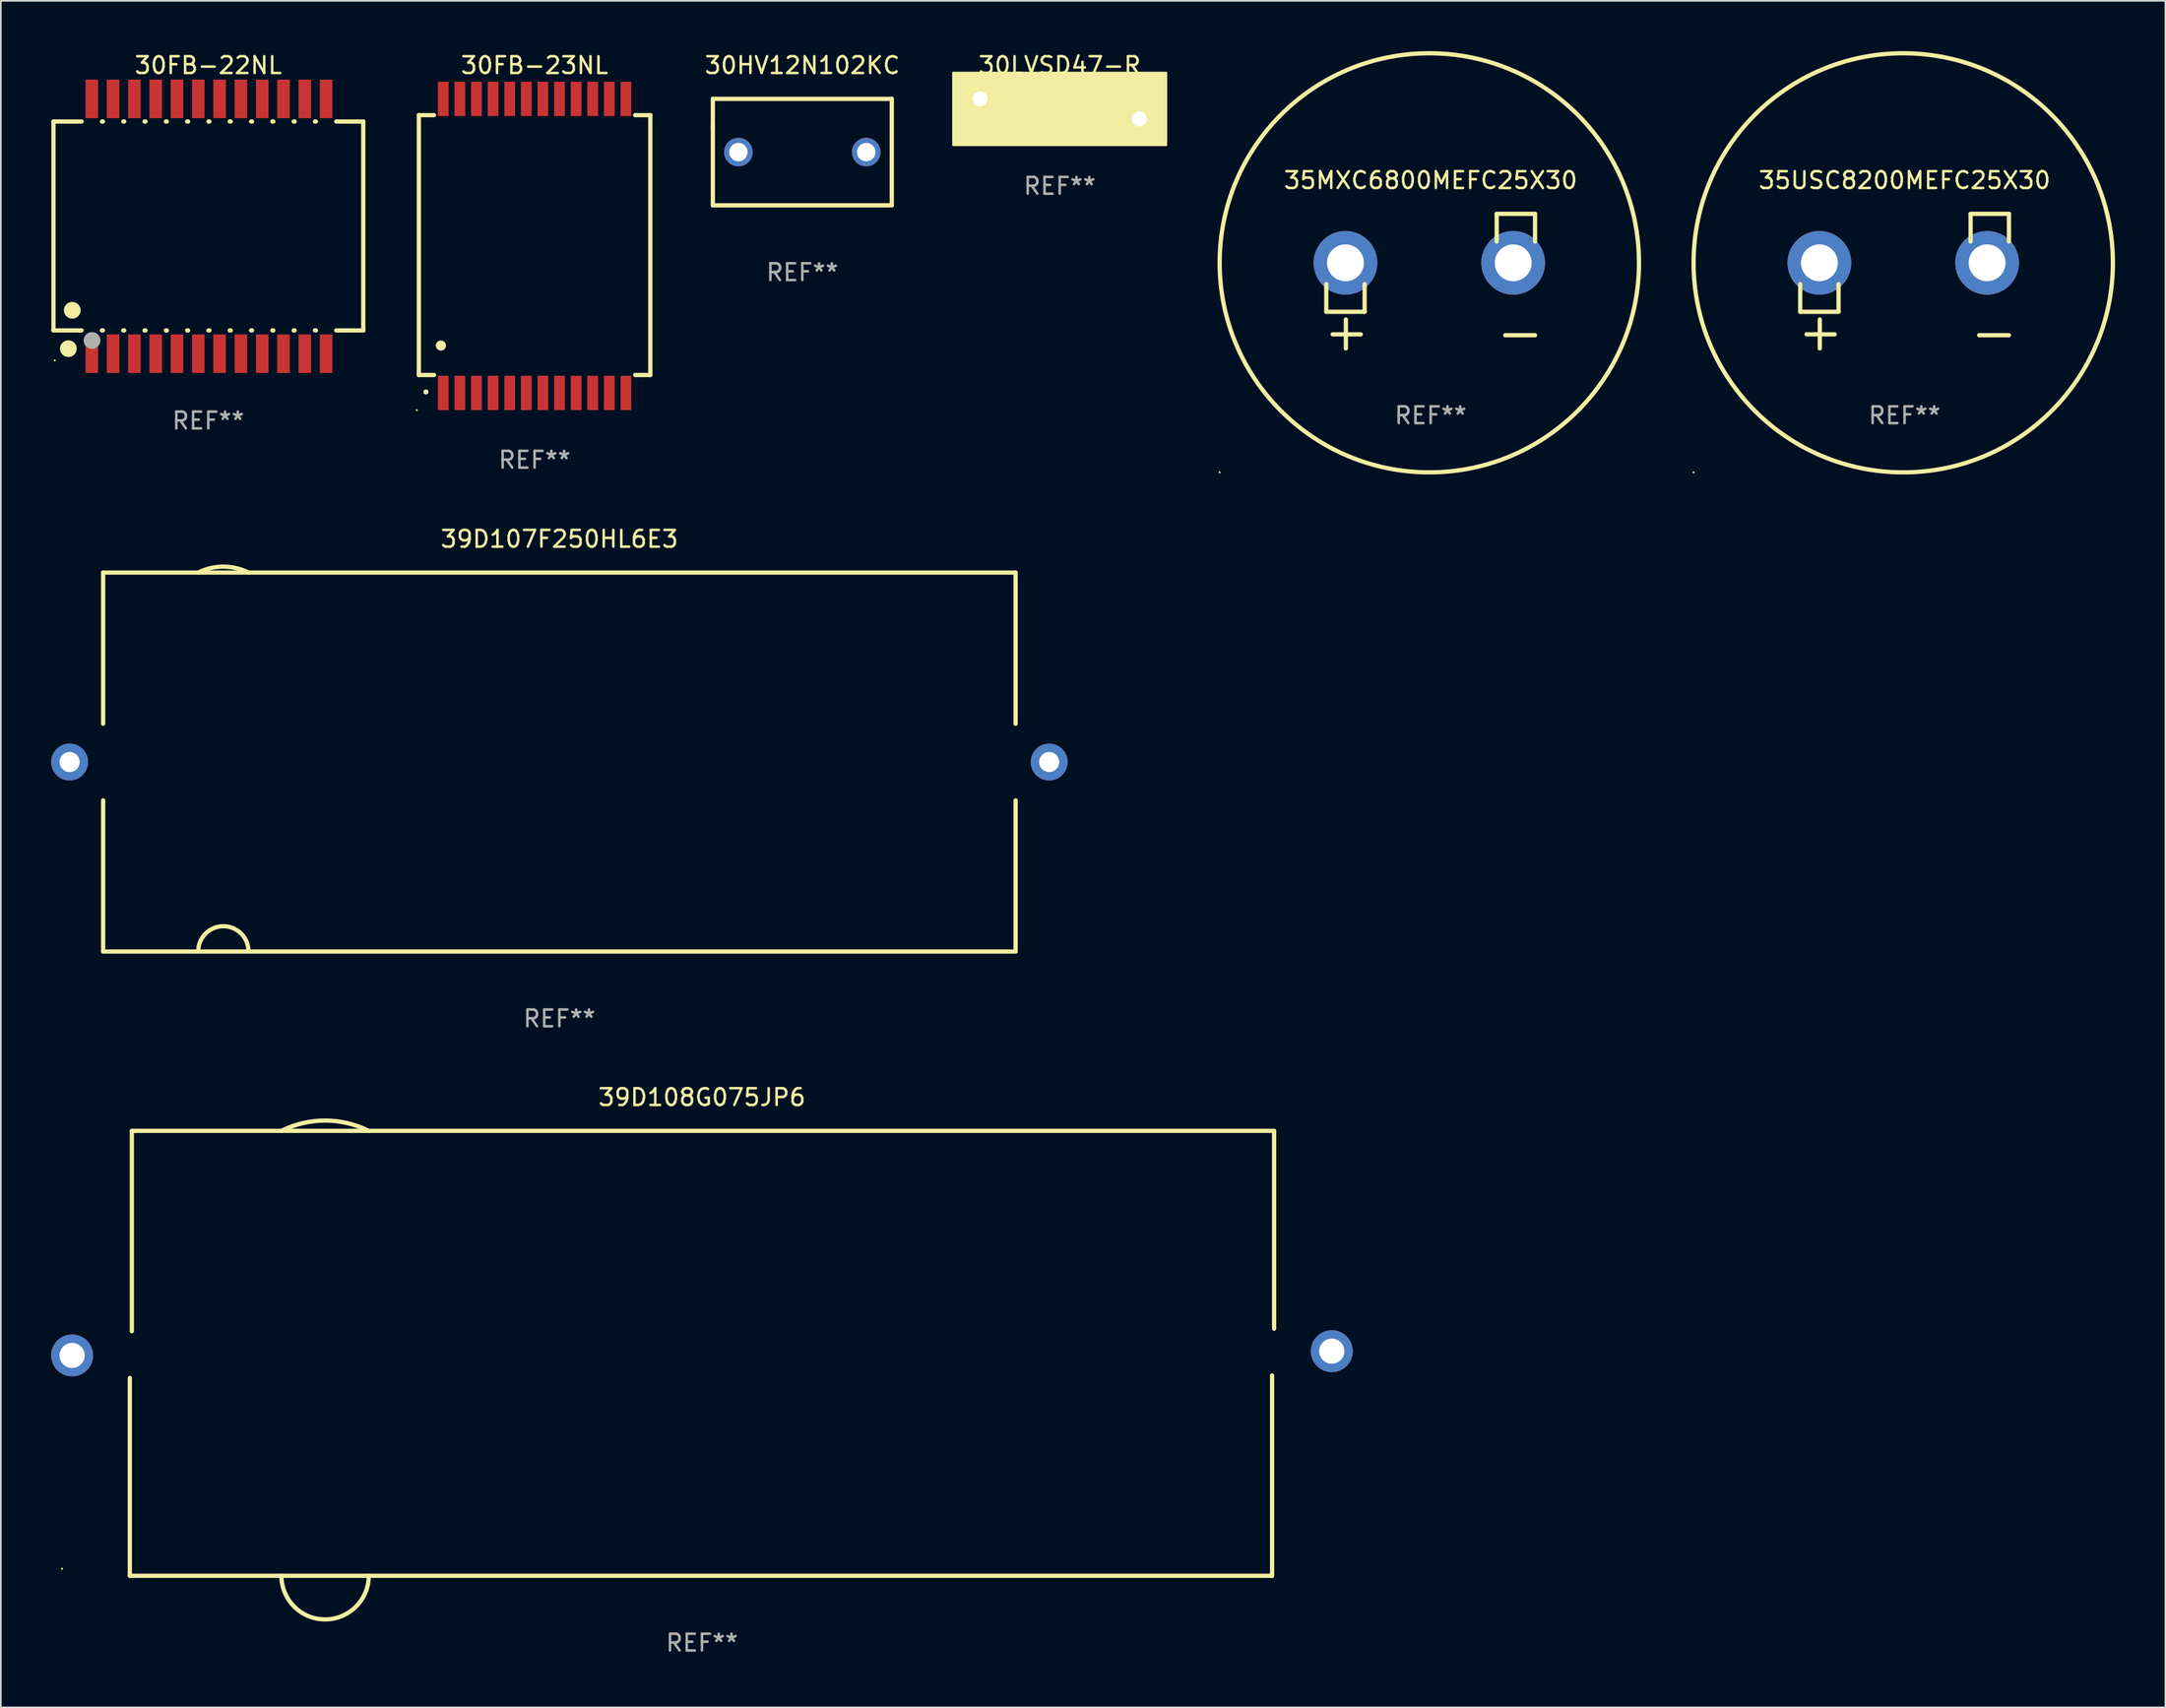
<source format=kicad_pcb>
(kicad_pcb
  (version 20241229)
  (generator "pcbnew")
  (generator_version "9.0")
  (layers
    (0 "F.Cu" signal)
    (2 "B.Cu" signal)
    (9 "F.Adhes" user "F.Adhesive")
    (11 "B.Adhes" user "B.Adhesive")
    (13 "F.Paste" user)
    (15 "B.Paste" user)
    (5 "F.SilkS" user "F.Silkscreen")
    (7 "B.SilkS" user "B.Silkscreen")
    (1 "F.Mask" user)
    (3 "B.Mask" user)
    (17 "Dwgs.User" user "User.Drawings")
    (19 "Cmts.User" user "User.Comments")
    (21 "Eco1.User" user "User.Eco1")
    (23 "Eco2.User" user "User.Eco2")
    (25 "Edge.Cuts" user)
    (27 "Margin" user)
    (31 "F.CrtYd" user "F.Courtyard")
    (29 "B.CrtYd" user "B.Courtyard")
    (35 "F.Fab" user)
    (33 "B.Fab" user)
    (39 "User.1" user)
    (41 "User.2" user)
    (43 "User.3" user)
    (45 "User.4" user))
  (footprint "30LVSD47-R"
    (layer "F.Cu")
    (at 60.127 3.448)
    (property "Reference" "30LVSD47-R" (at 0 -2.6 0) (layer "F.SilkS") (effects (font (size 1 1) (thickness 0.15))))
    (attr through_hole)
    (fp_circle (center -6.2 -2) (end -6.17 -2) (stroke (width 0.06) (type solid)) (fill no) (layer "F.SilkS"))
    (fp_poly (pts (xy -6.35 -2.159) (xy 6.35 -2.159) (xy 6.35 2.159) (xy -6.35 2.159)) (stroke (width 0.12) (type solid)) (fill yes) (layer "F.SilkS"))
    (fp_text user "REF**" (at 0 4.6 0) (layer "F.Fab") (effects (font (size 1 1) (thickness 0.15))))
    (pad "1" thru_hole circle (at -4.75 -0.6) (size 1.524 1.524) (drill 0.9) (layers "*.Cu" "*.Mask"))
    (pad "2" thru_hole circle (at 4.75 0.6) (size 1.524 1.524) (drill 0.9) (layers "*.Cu" "*.Mask")))
  (footprint "39D108G075JP6"
    (layer "F.Cu")
    (at 38.8 77.675)
    (property "Reference" "39D108G075JP6" (at 0 -15.27 0) (layer "F.SilkS") (effects (font (size 1 1) (thickness 0.15))))
    (attr through_hole)
    (fp_line (start -34.11 13.27) (end -34.11 1.47) (stroke (width 0.254) (type solid)) (layer "F.SilkS"))
    (fp_line (start -33.99 -13.27) (end 34.11 -13.27) (stroke (width 0.254) (type solid)) (layer "F.SilkS"))
    (fp_line (start -33.99 -1.32) (end -33.99 -13.27) (stroke (width 0.254) (type solid)) (layer "F.SilkS"))
    (fp_line (start 33.99 1.32) (end 33.99 13.27) (stroke (width 0.254) (type solid)) (layer "F.SilkS"))
    (fp_line (start 33.99 13.27) (end -34.11 13.27) (stroke (width 0.254) (type solid)) (layer "F.SilkS"))
    (fp_line (start 34.11 -13.27) (end 34.11 -1.47) (stroke (width 0.254) (type solid)) (layer "F.SilkS"))
    (fp_arc (start -25.071654 -13.270015) (mid -22.468397 -13.883862) (end -19.86538 -13.268999) (stroke (width 0.254001) (type solid)) (layer "F.SilkS"))
    (fp_arc (start -19.865354 13.269964) (mid -22.468999 15.872098) (end -25.071628 13.268949) (stroke (width 0.254001) (type solid)) (layer "F.SilkS"))
    (fp_circle (center -38.15 12.85) (end -38.12 12.85) (stroke (width 0.06) (type solid)) (fill no) (layer "F.SilkS"))
    (fp_text user "+" (at -23.52 0.98 0) (layer "B.Mask") (effects (font (size 1 1) (thickness 0.15))))
    (fp_text user "+" (at -23.52 -4.31 0) (layer "B.Mask") (effects (font (size 1 1) (thickness 0.15))))
    (fp_text user "+" (at -23.52 6.22 0) (layer "B.Mask") (effects (font (size 1 1) (thickness 0.15))))
    (fp_text user "REF**" (at 0 17.27 0) (layer "F.Fab") (effects (font (size 1 1) (thickness 0.15))))
    (pad "1" thru_hole circle (at -37.55 0.127) (size 2.5 2.5) (drill 1.5) (layers "*.Cu" "*.Mask"))
    (pad "2" thru_hole circle (at 37.55 -0.127) (size 2.5 2.5) (drill 1.5) (layers "*.Cu" "*.Mask")))
  (footprint "30FB-22NL"
    (layer "F.Cu")
    (at 9.367 10.448)
    (property "Reference" "30FB-22NL" (at 0 -9.6 0) (layer "F.SilkS") (effects (font (size 1 1) (thickness 0.15))))
    (attr through_hole)
    (fp_line (start -9.23 -6.25) (end -7.551 -6.25) (stroke (width 0.254) (type solid)) (layer "F.SilkS"))
    (fp_line (start -9.23 6.16) (end -9.23 -6.25) (stroke (width 0.254) (type solid)) (layer "F.SilkS"))
    (fp_line (start -7.551 6.21) (end -9.24 6.21) (stroke (width 0.254) (type solid)) (layer "F.SilkS"))
    (fp_line (start -6.339 -6.25) (end -6.281 -6.25) (stroke (width 0.254) (type solid)) (layer "F.SilkS"))
    (fp_line (start -6.281 6.21) (end -6.339 6.21) (stroke (width 0.254) (type solid)) (layer "F.SilkS"))
    (fp_line (start -5.069 -6.25) (end -5.011 -6.25) (stroke (width 0.254) (type solid)) (layer "F.SilkS"))
    (fp_line (start -5.011 6.21) (end -5.069 6.21) (stroke (width 0.254) (type solid)) (layer "F.SilkS"))
    (fp_line (start -3.799 -6.25) (end -3.741 -6.25) (stroke (width 0.254) (type solid)) (layer "F.SilkS"))
    (fp_line (start -3.741 6.21) (end -3.799 6.21) (stroke (width 0.254) (type solid)) (layer "F.SilkS"))
    (fp_line (start -2.529 -6.25) (end -2.471 -6.25) (stroke (width 0.254) (type solid)) (layer "F.SilkS"))
    (fp_line (start -2.471 6.21) (end -2.529 6.21) (stroke (width 0.254) (type solid)) (layer "F.SilkS"))
    (fp_line (start -1.259 -6.25) (end -1.201 -6.25) (stroke (width 0.254) (type solid)) (layer "F.SilkS"))
    (fp_line (start -1.201 6.21) (end -1.259 6.21) (stroke (width 0.254) (type solid)) (layer "F.SilkS"))
    (fp_line (start 0.011 -6.25) (end 0.069 -6.25) (stroke (width 0.254) (type solid)) (layer "F.SilkS"))
    (fp_line (start 0.069 6.21) (end 0.011 6.21) (stroke (width 0.254) (type solid)) (layer "F.SilkS"))
    (fp_line (start 1.281 -6.25) (end 1.34 -6.25) (stroke (width 0.254) (type solid)) (layer "F.SilkS"))
    (fp_line (start 1.339 6.21) (end 1.281 6.21) (stroke (width 0.254) (type solid)) (layer "F.SilkS"))
    (fp_line (start 2.553 -6.25) (end 2.609 -6.25) (stroke (width 0.254) (type solid)) (layer "F.SilkS"))
    (fp_line (start 2.609 6.21) (end 2.551 6.21) (stroke (width 0.254) (type solid)) (layer "F.SilkS"))
    (fp_line (start 3.821 -6.25) (end 3.879 -6.25) (stroke (width 0.254) (type solid)) (layer "F.SilkS"))
    (fp_line (start 3.879 6.21) (end 3.821 6.21) (stroke (width 0.254) (type solid)) (layer "F.SilkS"))
    (fp_line (start 5.091 -6.25) (end 5.149 -6.25) (stroke (width 0.254) (type solid)) (layer "F.SilkS"))
    (fp_line (start 5.149 6.21) (end 5.091 6.21) (stroke (width 0.254) (type solid)) (layer "F.SilkS"))
    (fp_line (start 6.361 -6.25) (end 6.419 -6.25) (stroke (width 0.254) (type solid)) (layer "F.SilkS"))
    (fp_line (start 6.419 6.21) (end 6.361 6.21) (stroke (width 0.254) (type solid)) (layer "F.SilkS"))
    (fp_line (start 7.631 -6.25) (end 9.24 -6.25) (stroke (width 0.254) (type solid)) (layer "F.SilkS"))
    (fp_line (start 9.24 -6.25) (end 9.24 6.21) (stroke (width 0.254) (type solid)) (layer "F.SilkS"))
    (fp_line (start 9.24 6.21) (end 7.631 6.21) (stroke (width 0.254) (type solid)) (layer "F.SilkS"))
    (fp_circle (center -9.15 8) (end -9.12 8) (stroke (width 0.06) (type solid)) (fill no) (layer "F.SilkS"))
    (fp_circle (center -8.34 7.3) (end -8.09 7.3) (stroke (width 0.5) (type solid)) (fill no) (layer "F.SilkS"))
    (fp_circle (center -8.11 5.01) (end -7.86 5.01) (stroke (width 0.5) (type solid)) (fill no) (layer "F.SilkS"))
    (fp_circle (center -6.93 6.81) (end -6.68 6.81) (stroke (width 0.5) (type solid)) (fill no) (layer "F.Fab"))
    (fp_text user "REF**" (at 0 11.6 0) (layer "F.Fab") (effects (font (size 1 1) (thickness 0.15))))
    (pad "1" smd rect (at -6.945 7.6 90) (size 2.3 0.75) (layers "F.Cu" "F.Mask" "F.Paste"))
    (pad "2" smd rect (at -5.675 7.6 270) (size 2.3 0.75) (layers "F.Cu" "F.Mask" "F.Paste"))
    (pad "3" smd rect (at -4.405 7.6 270) (size 2.3 0.75) (layers "F.Cu" "F.Mask" "F.Paste"))
    (pad "4" smd rect (at -3.135 7.6 270) (size 2.3 0.75) (layers "F.Cu" "F.Mask" "F.Paste"))
    (pad "5" smd rect (at -1.865 7.6 270) (size 2.3 0.75) (layers "F.Cu" "F.Mask" "F.Paste"))
    (pad "6" smd rect (at -0.595 7.6 270) (size 2.3 0.75) (layers "F.Cu" "F.Mask" "F.Paste"))
    (pad "7" smd rect (at 0.675 7.6 270) (size 2.3 0.75) (layers "F.Cu" "F.Mask" "F.Paste"))
    (pad "8" smd rect (at 1.945 7.6 270) (size 2.3 0.75) (layers "F.Cu" "F.Mask" "F.Paste"))
    (pad "9" smd rect (at 3.215 7.6 270) (size 2.3 0.75) (layers "F.Cu" "F.Mask" "F.Paste"))
    (pad "10" smd rect (at 4.485 7.6 270) (size 2.3 0.75) (layers "F.Cu" "F.Mask" "F.Paste"))
    (pad "11" smd rect (at 5.755 7.6 270) (size 2.3 0.75) (layers "F.Cu" "F.Mask" "F.Paste"))
    (pad "12" smd rect (at 7.025 7.6 270) (size 2.3 0.75) (layers "F.Cu" "F.Mask" "F.Paste"))
    (pad "13" smd rect (at 7.025 -7.6 270) (size 2.3 0.75) (layers "F.Cu" "F.Mask" "F.Paste"))
    (pad "14" smd rect (at 5.755 -7.6 270) (size 2.3 0.75) (layers "F.Cu" "F.Mask" "F.Paste"))
    (pad "15" smd rect (at 4.485 -7.6 270) (size 2.3 0.75) (layers "F.Cu" "F.Mask" "F.Paste"))
    (pad "16" smd rect (at 3.215 -7.6 270) (size 2.3 0.75) (layers "F.Cu" "F.Mask" "F.Paste"))
    (pad "17" smd rect (at 1.945 -7.6 270) (size 2.3 0.75) (layers "F.Cu" "F.Mask" "F.Paste"))
    (pad "18" smd rect (at 0.675 -7.6 270) (size 2.3 0.75) (layers "F.Cu" "F.Mask" "F.Paste"))
    (pad "19" smd rect (at -0.595 -7.6 270) (size 2.3 0.75) (layers "F.Cu" "F.Mask" "F.Paste"))
    (pad "20" smd rect (at -1.865 -7.6 270) (size 2.3 0.75) (layers "F.Cu" "F.Mask" "F.Paste"))
    (pad "21" smd rect (at -3.135 -7.6 270) (size 2.3 0.75) (layers "F.Cu" "F.Mask" "F.Paste"))
    (pad "22" smd rect (at -4.405 -7.6 270) (size 2.3 0.75) (layers "F.Cu" "F.Mask" "F.Paste"))
    (pad "23" smd rect (at -5.675 -7.6 270) (size 2.3 0.75) (layers "F.Cu" "F.Mask" "F.Paste"))
    (pad "24" smd rect (at -6.945 -7.6 270) (size 2.3 0.75) (layers "F.Cu" "F.Mask" "F.Paste")))
  (footprint "35USC8200MEFC25X30"
    (layer "F.Cu")
    (at 110.498 13.719)
    (property "Reference" "35USC8200MEFC25X30" (at 0 -6.013 0) (layer "F.SilkS") (effects (font (size 1 1) (thickness 0.15))))
    (attr through_hole)
    (fp_line (start -6.223 0.178) (end -6.223 1.829) (stroke (width 0.254) (type solid)) (layer "F.SilkS"))
    (fp_line (start -6.223 1.829) (end -3.937 1.829) (stroke (width 0.254) (type solid)) (layer "F.SilkS"))
    (fp_line (start -5.055 4.013) (end -5.055 2.286) (stroke (width 0.254) (type solid)) (layer "F.SilkS"))
    (fp_line (start -4.166 3.175) (end -5.842 3.175) (stroke (width 0.254) (type solid)) (layer "F.SilkS"))
    (fp_line (start -3.937 1.829) (end -3.937 0.178) (stroke (width 0.254) (type solid)) (layer "F.SilkS"))
    (fp_line (start 3.937 -4.013) (end 3.937 -2.362) (stroke (width 0.254) (type solid)) (layer "F.SilkS"))
    (fp_line (start 6.223 -4.013) (end 3.937 -4.013) (stroke (width 0.254) (type solid)) (layer "F.SilkS"))
    (fp_line (start 6.223 -2.362) (end 6.223 -4.013) (stroke (width 0.254) (type solid)) (layer "F.SilkS"))
    (fp_line (start 6.223 3.226) (end 4.445 3.226) (stroke (width 0.254) (type solid)) (layer "F.SilkS"))
    (fp_circle (center -12.58 11.408) (end -12.55 11.408) (stroke (width 0.06) (type solid)) (fill no) (layer "F.SilkS"))
    (fp_circle (center -0.08 -1.092) (end 12.42 -1.092) (stroke (width 0.254) (type solid)) (fill no) (layer "F.SilkS"))
    (fp_text user "REF**" (at 0 8.013 0) (layer "F.Fab") (effects (font (size 1 1) (thickness 0.15))))
    (pad "1" thru_hole circle (at -5.08 -1.092) (size 3.8 3.8) (drill 2.2) (layers "*.Cu" "*.Mask"))
    (pad "2" thru_hole circle (at 4.92 -1.092) (size 3.8 3.8) (drill 2.2) (layers "*.Cu" "*.Mask")))
  (footprint "30HV12N102KC"
    (layer "F.Cu")
    (at 44.783 6.023)
    (property "Reference" "30HV12N102KC" (at 0 -5.175 0) (layer "F.SilkS") (effects (font (size 1 1) (thickness 0.15))))
    (attr through_hole)
    (fp_line (start -5.334 -3.175) (end -5.334 -1.397) (stroke (width 0.254) (type solid)) (layer "F.SilkS"))
    (fp_line (start -5.334 -1.651) (end -5.334 3.175) (stroke (width 0.254) (type solid)) (layer "F.SilkS"))
    (fp_line (start -5.334 3.175) (end 5.334 3.175) (stroke (width 0.254) (type solid)) (layer "F.SilkS"))
    (fp_line (start 5.334 -3.175) (end -5.334 -3.175) (stroke (width 0.254) (type solid)) (layer "F.SilkS"))
    (fp_line (start 5.334 3.175) (end 5.334 -3.175) (stroke (width 0.254) (type solid)) (layer "F.SilkS"))
    (fp_circle (center -5.335 3.175) (end -5.305 3.175) (stroke (width 0.06) (type solid)) (fill no) (layer "F.SilkS"))
    (fp_text user "REF**" (at 0 7.175 0) (layer "F.Fab") (effects (font (size 1 1) (thickness 0.15))))
    (pad "1" thru_hole circle (at -3.81 0) (size 1.7 1.7) (drill 1.1) (layers "*.Cu" "*.Mask"))
    (pad "2" thru_hole circle (at 3.81 0) (size 1.7 1.7) (drill 1.1) (layers "*.Cu" "*.Mask")))
  (footprint "30FB-23NL"
    (layer "F.Cu")
    (at 28.821 11.618)
    (property "Reference" "30FB-23NL" (at 0 -10.77 0) (layer "F.SilkS") (effects (font (size 1 1) (thickness 0.15))))
    (attr through_hole)
    (fp_line (start -6.9 -7.8) (end -5.996 -7.8) (stroke (width 0.254) (type solid)) (layer "F.SilkS"))
    (fp_line (start -6.9 7.7) (end -6.9 -7.8) (stroke (width 0.254) (type solid)) (layer "F.SilkS"))
    (fp_line (start -5.992 7.7) (end -6.9 7.7) (stroke (width 0.254) (type solid)) (layer "F.SilkS"))
    (fp_line (start 5.996 -7.8) (end 6.9 -7.8) (stroke (width 0.254) (type solid)) (layer "F.SilkS"))
    (fp_line (start 6.9 -7.8) (end 6.9 7.7) (stroke (width 0.254) (type solid)) (layer "F.SilkS"))
    (fp_line (start 6.9 7.7) (end 5.992 7.7) (stroke (width 0.254) (type solid)) (layer "F.SilkS"))
    (fp_arc (start -6.477013 8.712217) (mid -6.475743 8.712212) (end -6.474473 8.712217) (stroke (width 0.3) (type solid)) (layer "F.SilkS"))
    (fp_arc (start -5.588011 5.943612) (mid -5.585471 5.943601) (end -5.582931 5.943612) (stroke (width 0.6) (type solid)) (layer "F.SilkS"))
    (fp_circle (center -7.027 9.795) (end -6.997 9.795) (stroke (width 0.06) (type solid)) (fill no) (layer "F.SilkS"))
    (fp_text user "REF**" (at 0 12.77 0) (layer "F.Fab") (effects (font (size 1 1) (thickness 0.15))))
    (pad "1" smd rect (at -5.445 8.77 180) (size 0.64 2.05) (layers "F.Cu" "F.Mask" "F.Paste"))
    (pad "2" smd rect (at -4.455 8.77 180) (size 0.64 2.05) (layers "F.Cu" "F.Mask" "F.Paste"))
    (pad "3" smd rect (at -3.465 8.77 180) (size 0.64 2.05) (layers "F.Cu" "F.Mask" "F.Paste"))
    (pad "4" smd rect (at -2.475 8.77 180) (size 0.64 2.05) (layers "F.Cu" "F.Mask" "F.Paste"))
    (pad "5" smd rect (at -1.485 8.77 180) (size 0.64 2.05) (layers "F.Cu" "F.Mask" "F.Paste"))
    (pad "6" smd rect (at -0.495 8.77 180) (size 0.64 2.05) (layers "F.Cu" "F.Mask" "F.Paste"))
    (pad "7" smd rect (at 0.495 8.77 180) (size 0.64 2.05) (layers "F.Cu" "F.Mask" "F.Paste"))
    (pad "8" smd rect (at 1.485 8.77 180) (size 0.64 2.05) (layers "F.Cu" "F.Mask" "F.Paste"))
    (pad "9" smd rect (at 2.475 8.77 180) (size 0.64 2.05) (layers "F.Cu" "F.Mask" "F.Paste"))
    (pad "10" smd rect (at 3.465 8.77 180) (size 0.64 2.05) (layers "F.Cu" "F.Mask" "F.Paste"))
    (pad "11" smd rect (at 4.455 8.77 180) (size 0.64 2.05) (layers "F.Cu" "F.Mask" "F.Paste"))
    (pad "12" smd rect (at 5.445 8.77 180) (size 0.64 2.05) (layers "F.Cu" "F.Mask" "F.Paste"))
    (pad "13" smd rect (at 5.445 -8.77 180) (size 0.64 2.05) (layers "F.Cu" "F.Mask" "F.Paste"))
    (pad "14" smd rect (at 4.455 -8.77 180) (size 0.64 2.05) (layers "F.Cu" "F.Mask" "F.Paste"))
    (pad "15" smd rect (at 3.465 -8.77 180) (size 0.64 2.05) (layers "F.Cu" "F.Mask" "F.Paste"))
    (pad "16" smd rect (at 2.475 -8.77 180) (size 0.64 2.05) (layers "F.Cu" "F.Mask" "F.Paste"))
    (pad "17" smd rect (at 1.485 -8.77 180) (size 0.64 2.05) (layers "F.Cu" "F.Mask" "F.Paste"))
    (pad "18" smd rect (at 0.495 -8.77 180) (size 0.64 2.05) (layers "F.Cu" "F.Mask" "F.Paste"))
    (pad "19" smd rect (at -0.495 -8.77 180) (size 0.64 2.05) (layers "F.Cu" "F.Mask" "F.Paste"))
    (pad "20" smd rect (at -1.485 -8.77 180) (size 0.64 2.05) (layers "F.Cu" "F.Mask" "F.Paste"))
    (pad "21" smd rect (at -2.475 -8.77 180) (size 0.64 2.05) (layers "F.Cu" "F.Mask" "F.Paste"))
    (pad "22" smd rect (at -3.465 -8.77 180) (size 0.64 2.05) (layers "F.Cu" "F.Mask" "F.Paste"))
    (pad "23" smd rect (at -4.455 -8.77 180) (size 0.64 2.05) (layers "F.Cu" "F.Mask" "F.Paste"))
    (pad "24" smd rect (at -5.445 -8.77 180) (size 0.64 2.05) (layers "F.Cu" "F.Mask" "F.Paste")))
  (footprint "35MXC6800MEFC25X30"
    (layer "F.Cu")
    (at 82.244 13.719)
    (property "Reference" "35MXC6800MEFC25X30" (at 0 -6.013 0) (layer "F.SilkS") (effects (font (size 1 1) (thickness 0.15))))
    (attr through_hole)
    (fp_line (start -6.223 0.178) (end -6.223 1.829) (stroke (width 0.254) (type solid)) (layer "F.SilkS"))
    (fp_line (start -6.223 1.829) (end -3.937 1.829) (stroke (width 0.254) (type solid)) (layer "F.SilkS"))
    (fp_line (start -5.055 4.013) (end -5.055 2.286) (stroke (width 0.254) (type solid)) (layer "F.SilkS"))
    (fp_line (start -4.166 3.175) (end -5.842 3.175) (stroke (width 0.254) (type solid)) (layer "F.SilkS"))
    (fp_line (start -3.937 1.829) (end -3.937 0.178) (stroke (width 0.254) (type solid)) (layer "F.SilkS"))
    (fp_line (start 3.937 -4.013) (end 3.937 -2.362) (stroke (width 0.254) (type solid)) (layer "F.SilkS"))
    (fp_line (start 6.223 -4.013) (end 3.937 -4.013) (stroke (width 0.254) (type solid)) (layer "F.SilkS"))
    (fp_line (start 6.223 -2.362) (end 6.223 -4.013) (stroke (width 0.254) (type solid)) (layer "F.SilkS"))
    (fp_line (start 6.223 3.226) (end 4.445 3.226) (stroke (width 0.254) (type solid)) (layer "F.SilkS"))
    (fp_circle (center -12.58 11.408) (end -12.55 11.408) (stroke (width 0.06) (type solid)) (fill no) (layer "F.SilkS"))
    (fp_circle (center -0.08 -1.092) (end 12.42 -1.092) (stroke (width 0.254) (type solid)) (fill no) (layer "F.SilkS"))
    (fp_text user "REF**" (at 0 8.013 0) (layer "F.Fab") (effects (font (size 1 1) (thickness 0.15))))
    (pad "1" thru_hole circle (at -5.08 -1.092) (size 3.8 3.8) (drill 2.2) (layers "*.Cu" "*.Mask"))
    (pad "2" thru_hole circle (at 4.92 -1.092) (size 3.8 3.8) (drill 2.2) (layers "*.Cu" "*.Mask")))
  (footprint "39D107F250HL6E3"
    (layer "F.Cu")
    (at 30.3 42.406)
    (property "Reference" "39D107F250HL6E3" (at 0 -13.303 0) (layer "F.SilkS") (effects (font (size 1 1) (thickness 0.15))))
    (attr through_hole)
    (fp_line (start -27.2 -2.286) (end -27.2 -11.303) (stroke (width 0.254) (type solid)) (layer "F.SilkS"))
    (fp_line (start -27.2 11.303) (end -27.2 2.286) (stroke (width 0.254) (type solid)) (layer "F.SilkS"))
    (fp_line (start -27.2 -11.303) (end 27.2 -11.303) (stroke (width 0.254) (type solid)) (layer "F.SilkS"))
    (fp_line (start 27.2 -11.303) (end 27.2 -2.286) (stroke (width 0.254) (type solid)) (layer "F.SilkS"))
    (fp_line (start 27.2 2.286) (end 27.2 11.303) (stroke (width 0.254) (type solid)) (layer "F.SilkS"))
    (fp_line (start 27.2 11.303) (end -27.2 11.303) (stroke (width 0.254) (type solid)) (layer "F.SilkS"))
    (fp_arc (start -21.531345 11.289255) (mid -20.034099 9.792023) (end -18.536855 11.289256) (stroke (width 0.254001) (type solid)) (layer "F.SilkS"))
    (fp_arc (start -21.531318 -11.303023) (mid -20.034074 -11.656473) (end -18.53683 -11.303023) (stroke (width 0.254001) (type solid)) (layer "F.SilkS"))
    (fp_circle (center -26.3 11.25) (end -26.27 11.25) (stroke (width 0.06) (type solid)) (fill no) (layer "F.SilkS"))
    (fp_text user "+" (at -20.927 -3.683 0) (layer "B.Mask") (effects (font (size 1 1) (thickness 0.15))))
    (fp_text user "+" (at -20.927 5.588 0) (layer "B.Mask") (effects (font (size 1 1) (thickness 0.15))))
    (fp_text user "+" (at -20.927 0.953 0) (layer "B.Mask") (effects (font (size 1 1) (thickness 0.15))))
    (fp_text user "REF**" (at 0 15.303 0) (layer "F.Fab") (effects (font (size 1 1) (thickness 0.15))))
    (pad "1" thru_hole circle (at -29.2 0) (size 2.2 2.2) (drill 1.2) (layers "*.Cu" "*.Mask"))
    (pad "2" thru_hole circle (at 29.2 0) (size 2.2 2.2) (drill 1.2) (layers "*.Cu" "*.Mask")))
  (gr_rect
    (start -3 -3)
    (end 126.046 98.793)
    (stroke (width 0.1) (type default))
    (fill no)
    (layer "Edge.Cuts")))
</source>
